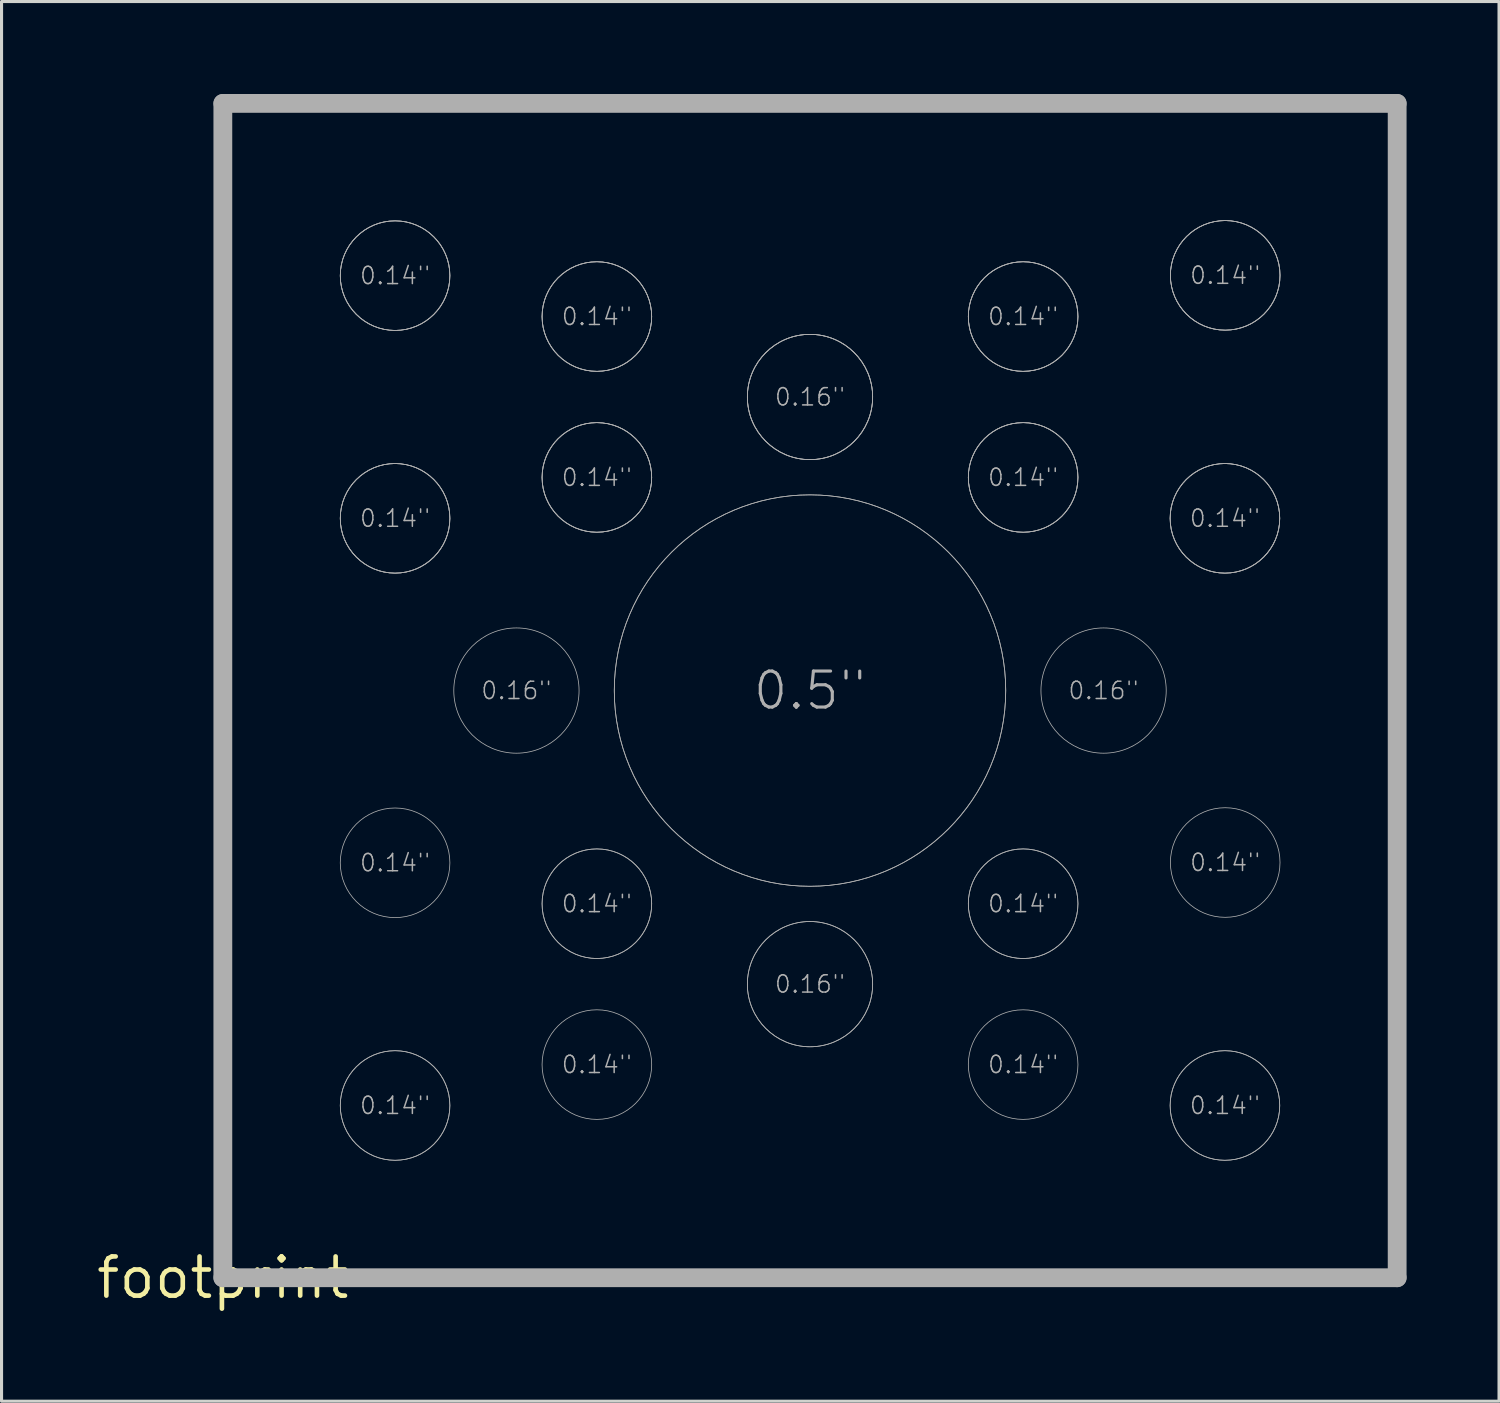
<source format=kicad_pcb>
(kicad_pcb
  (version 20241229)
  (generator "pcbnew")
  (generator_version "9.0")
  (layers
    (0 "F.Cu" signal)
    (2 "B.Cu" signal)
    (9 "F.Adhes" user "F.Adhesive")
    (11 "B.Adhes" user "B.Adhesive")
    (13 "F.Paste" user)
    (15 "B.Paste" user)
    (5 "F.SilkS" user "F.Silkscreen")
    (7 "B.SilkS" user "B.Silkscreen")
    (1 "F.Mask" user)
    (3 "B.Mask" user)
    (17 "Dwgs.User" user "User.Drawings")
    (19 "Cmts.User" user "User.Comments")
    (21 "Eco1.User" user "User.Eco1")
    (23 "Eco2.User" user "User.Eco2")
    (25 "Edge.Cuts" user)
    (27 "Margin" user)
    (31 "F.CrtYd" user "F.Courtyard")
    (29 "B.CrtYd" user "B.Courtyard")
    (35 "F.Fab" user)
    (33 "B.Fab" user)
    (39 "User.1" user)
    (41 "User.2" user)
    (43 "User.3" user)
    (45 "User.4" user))
  (footprint "footprint"
    (layer "F.Cu")
    (at 4.18 38.405)
    (property "Reference" "footprint" (at 0 0 0) (layer "F.SilkS") (effects (font (size 1.27 1.27) (thickness 0.15))))
    (fp_line (start 0 -38.1) (end 0 0) (stroke (width 0.61) (type solid)) (layer "F.Fab"))
    (fp_line (start 0 0) (end 38.1 0) (stroke (width 0.61) (type solid)) (layer "F.Fab"))
    (fp_line (start 38.1 -38.1) (end 0 -38.1) (stroke (width 0.61) (type solid)) (layer "F.Fab"))
    (fp_line (start 38.1 0) (end 38.1 -38.1) (stroke (width 0.61) (type solid)) (layer "F.Fab"))
    (fp_circle (center 5.588 -32.512) (end 7.366 -32.512) (stroke (width 0.025) (type solid)) (fill no) (layer "F.Fab"))
    (fp_circle (center 5.588 -32.512) (end 7.366 -32.512) (stroke (width 0.025) (type solid)) (fill no) (layer "F.Fab"))
    (fp_circle (center 5.588 -32.512) (end 7.366 -32.512) (stroke (width 0.025) (type solid)) (fill no) (layer "F.Fab"))
    (fp_circle (center 5.588 -24.638) (end 7.366 -24.638) (stroke (width 0.025) (type solid)) (fill no) (layer "F.Fab"))
    (fp_circle (center 5.588 -24.638) (end 7.366 -24.638) (stroke (width 0.025) (type solid)) (fill no) (layer "F.Fab"))
    (fp_circle (center 5.588 -24.638) (end 7.366 -24.638) (stroke (width 0.025) (type solid)) (fill no) (layer "F.Fab"))
    (fp_circle (center 5.588 -13.462) (end 7.366 -13.462) (stroke (width 0.025) (type solid)) (fill no) (layer "F.Fab"))
    (fp_circle (center 5.588 -5.588) (end 7.366 -5.588) (stroke (width 0.025) (type solid)) (fill no) (layer "F.Fab"))
    (fp_circle (center 5.588 -5.588) (end 7.366 -5.588) (stroke (width 0.025) (type solid)) (fill no) (layer "F.Fab"))
    (fp_circle (center 9.525 -19.05) (end 11.557 -19.05) (stroke (width 0.025) (type solid)) (fill no) (layer "F.Fab"))
    (fp_circle (center 12.135 -31.185) (end 13.913 -31.185) (stroke (width 0.025) (type solid)) (fill no) (layer "F.Fab"))
    (fp_circle (center 12.135 -31.185) (end 13.913 -31.185) (stroke (width 0.025) (type solid)) (fill no) (layer "F.Fab"))
    (fp_circle (center 12.135 -31.185) (end 13.913 -31.185) (stroke (width 0.025) (type solid)) (fill no) (layer "F.Fab"))
    (fp_circle (center 12.135 -25.965) (end 13.913 -25.965) (stroke (width 0.025) (type solid)) (fill no) (layer "F.Fab"))
    (fp_circle (center 12.135 -25.965) (end 13.913 -25.965) (stroke (width 0.025) (type solid)) (fill no) (layer "F.Fab"))
    (fp_circle (center 12.135 -25.965) (end 13.913 -25.965) (stroke (width 0.025) (type solid)) (fill no) (layer "F.Fab"))
    (fp_circle (center 12.135 -12.135) (end 13.913 -12.135) (stroke (width 0.025) (type solid)) (fill no) (layer "F.Fab"))
    (fp_circle (center 12.135 -12.135) (end 13.913 -12.135) (stroke (width 0.025) (type solid)) (fill no) (layer "F.Fab"))
    (fp_circle (center 12.135 -6.915) (end 13.913 -6.915) (stroke (width 0.025) (type solid)) (fill no) (layer "F.Fab"))
    (fp_circle (center 19.05 -28.575) (end 21.082 -28.575) (stroke (width 0.025) (type solid)) (fill no) (layer "F.Fab"))
    (fp_circle (center 19.05 -28.575) (end 21.082 -28.575) (stroke (width 0.025) (type solid)) (fill no) (layer "F.Fab"))
    (fp_circle (center 19.05 -28.575) (end 21.082 -28.575) (stroke (width 0.025) (type solid)) (fill no) (layer "F.Fab"))
    (fp_circle (center 19.05 -19.05) (end 25.4 -19.05) (stroke (width 0.025) (type solid)) (fill no) (layer "F.Fab"))
    (fp_circle (center 19.05 -19.05) (end 25.4 -19.05) (stroke (width 0.025) (type solid)) (fill no) (layer "F.Fab"))
    (fp_circle (center 19.05 -9.525) (end 21.082 -9.525) (stroke (width 0.025) (type solid)) (fill no) (layer "F.Fab"))
    (fp_circle (center 19.05 -9.525) (end 21.082 -9.525) (stroke (width 0.025) (type solid)) (fill no) (layer "F.Fab"))
    (fp_circle (center 25.965 -31.185) (end 27.743 -31.185) (stroke (width 0.025) (type solid)) (fill no) (layer "F.Fab"))
    (fp_circle (center 25.965 -31.185) (end 27.743 -31.185) (stroke (width 0.025) (type solid)) (fill no) (layer "F.Fab"))
    (fp_circle (center 25.965 -31.185) (end 27.743 -31.185) (stroke (width 0.025) (type solid)) (fill no) (layer "F.Fab"))
    (fp_circle (center 25.965 -25.965) (end 27.743 -25.965) (stroke (width 0.025) (type solid)) (fill no) (layer "F.Fab"))
    (fp_circle (center 25.965 -25.965) (end 27.743 -25.965) (stroke (width 0.025) (type solid)) (fill no) (layer "F.Fab"))
    (fp_circle (center 25.965 -25.965) (end 27.743 -25.965) (stroke (width 0.025) (type solid)) (fill no) (layer "F.Fab"))
    (fp_circle (center 25.965 -12.135) (end 27.743 -12.135) (stroke (width 0.025) (type solid)) (fill no) (layer "F.Fab"))
    (fp_circle (center 25.965 -12.135) (end 27.743 -12.135) (stroke (width 0.025) (type solid)) (fill no) (layer "F.Fab"))
    (fp_circle (center 25.965 -6.915) (end 27.743 -6.915) (stroke (width 0.025) (type solid)) (fill no) (layer "F.Fab"))
    (fp_circle (center 28.575 -19.05) (end 30.607 -19.05) (stroke (width 0.025) (type solid)) (fill no) (layer "F.Fab"))
    (fp_circle (center 32.512 -24.638) (end 34.29 -24.638) (stroke (width 0.025) (type solid)) (fill no) (layer "F.Fab"))
    (fp_circle (center 32.512 -24.638) (end 34.29 -24.638) (stroke (width 0.025) (type solid)) (fill no) (layer "F.Fab"))
    (fp_circle (center 32.512 -24.638) (end 34.29 -24.638) (stroke (width 0.025) (type solid)) (fill no) (layer "F.Fab"))
    (fp_circle (center 32.512 -5.588) (end 34.29 -5.588) (stroke (width 0.025) (type solid)) (fill no) (layer "F.Fab"))
    (fp_circle (center 32.512 -5.588) (end 34.29 -5.588) (stroke (width 0.025) (type solid)) (fill no) (layer "F.Fab"))
    (fp_circle (center 32.521 -32.521) (end 34.299 -32.521) (stroke (width 0.025) (type solid)) (fill no) (layer "F.Fab"))
    (fp_circle (center 32.521 -32.521) (end 34.299 -32.521) (stroke (width 0.025) (type solid)) (fill no) (layer "F.Fab"))
    (fp_circle (center 32.521 -32.521) (end 34.299 -32.521) (stroke (width 0.025) (type solid)) (fill no) (layer "F.Fab"))
    (fp_circle (center 32.521 -13.471) (end 34.299 -13.471) (stroke (width 0.025) (type solid)) (fill no) (layer "F.Fab"))
    (fp_text user "0.14\"" (at 32.512 -24.638 0) (layer "F.Fab") (effects (font (size 0.561 0.561) (thickness 0.049))))
    (fp_text user "0.14\"" (at 25.965 -31.185 0) (layer "F.Fab") (effects (font (size 0.561 0.561) (thickness 0.049))))
    (fp_text user "0.5\"" (at 19.05 -19.05 0) (layer "F.Fab") (effects (font (size 1.168 1.168) (thickness 0.102))))
    (fp_text user "0.14\"" (at 25.965 -6.915 0) (layer "F.Fab") (effects (font (size 0.561 0.561) (thickness 0.049))))
    (fp_text user "0.14\"" (at 12.135 -6.915 0) (layer "F.Fab") (effects (font (size 0.561 0.561) (thickness 0.049))))
    (fp_text user "0.16\"" (at 9.525 -19.05 0) (layer "F.Fab") (effects (font (size 0.561 0.561) (thickness 0.049))))
    (fp_text user "0.14\"" (at 25.965 -12.135 0) (layer "F.Fab") (effects (font (size 0.561 0.561) (thickness 0.049))))
    (fp_text user "0.14\"" (at 5.588 -13.462 0) (layer "F.Fab") (effects (font (size 0.561 0.561) (thickness 0.049))))
    (fp_text user "0.14\"" (at 5.588 -32.512 0) (layer "F.Fab") (effects (font (size 0.561 0.561) (thickness 0.049))))
    (fp_text user "0.14\"" (at 5.588 -5.588 0) (layer "F.Fab") (effects (font (size 0.561 0.561) (thickness 0.049))))
    (fp_text user "0.14\"" (at 5.588 -24.638 0) (layer "F.Fab") (effects (font (size 0.561 0.561) (thickness 0.049))))
    (fp_text user "0.14\"" (at 32.521 -13.471 0) (layer "F.Fab") (effects (font (size 0.561 0.561) (thickness 0.049))))
    (fp_text user "0.14\"" (at 32.512 -5.588 0) (layer "F.Fab") (effects (font (size 0.561 0.561) (thickness 0.049))))
    (fp_text user "0.16\"\n" (at 28.575 -19.05 0) (layer "F.Fab") (effects (font (size 0.561 0.561) (thickness 0.049))))
    (fp_text user "0.14\"" (at 25.965 -25.965 0) (layer "F.Fab") (effects (font (size 0.561 0.561) (thickness 0.049))))
    (fp_text user "0.14\"" (at 12.135 -31.185 0) (layer "F.Fab") (effects (font (size 0.561 0.561) (thickness 0.049))))
    (fp_text user "0.16\"" (at 19.05 -28.575 0) (layer "F.Fab") (effects (font (size 0.561 0.561) (thickness 0.049))))
    (fp_text user "0.16\"" (at 19.05 -9.525 0) (layer "F.Fab") (effects (font (size 0.561 0.561) (thickness 0.049))))
    (fp_text user "0.14\"" (at 32.521 -32.521 0) (layer "F.Fab") (effects (font (size 0.561 0.561) (thickness 0.049))))
    (fp_text user "0.14\"" (at 12.135 -25.965 0) (layer "F.Fab") (effects (font (size 0.561 0.561) (thickness 0.049))))
    (fp_text user "0.14\"" (at 12.135 -12.135 0) (layer "F.Fab") (effects (font (size 0.561 0.561) (thickness 0.049)))))
  (gr_rect
    (start -3 -3)
    (end 45.585 42.411)
    (stroke (width 0.1) (type default))
    (fill no)
    (layer "Edge.Cuts")))
</source>
